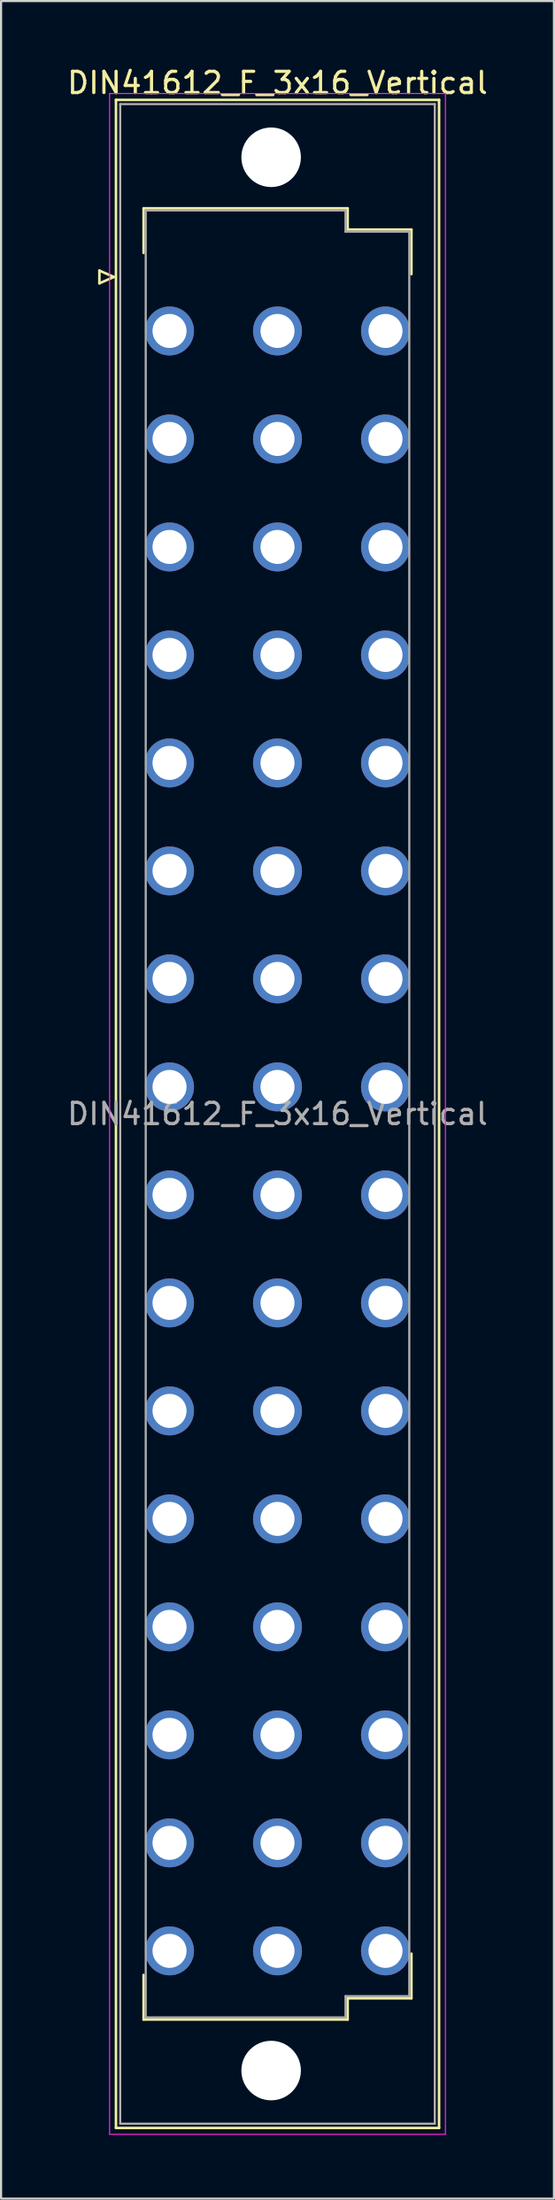
<source format=kicad_pcb>
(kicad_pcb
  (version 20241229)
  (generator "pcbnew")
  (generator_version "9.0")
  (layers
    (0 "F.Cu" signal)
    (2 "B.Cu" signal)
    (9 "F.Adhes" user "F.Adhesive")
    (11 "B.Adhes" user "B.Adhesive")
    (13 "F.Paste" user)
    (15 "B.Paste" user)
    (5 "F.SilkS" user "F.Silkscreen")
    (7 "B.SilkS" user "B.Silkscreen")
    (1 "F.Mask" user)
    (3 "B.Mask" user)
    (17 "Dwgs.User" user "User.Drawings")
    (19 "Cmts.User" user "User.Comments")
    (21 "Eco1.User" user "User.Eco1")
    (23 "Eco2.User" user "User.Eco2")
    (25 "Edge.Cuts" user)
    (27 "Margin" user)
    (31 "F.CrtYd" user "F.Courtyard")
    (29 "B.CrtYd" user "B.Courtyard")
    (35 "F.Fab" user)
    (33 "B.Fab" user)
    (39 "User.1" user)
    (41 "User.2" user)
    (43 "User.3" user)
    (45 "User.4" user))
  (footprint "DIN41612_F_3x16_Vertical"
    (layer "F.Cu")
    (at 7.466 9.978)
    (property "Reference" "DIN41612_F_3x16_Vertical" (at 2.54 -9.13 0) (layer "F.SilkS") (effects (font (size 1 1) (thickness 0.15))))
    (attr through_hole)
    (fp_line (start -5.84 -0.3) (end -5.84 0.3) (stroke (width 0.12) (type solid)) (layer "F.SilkS"))
    (fp_line (start -5.84 0.3) (end -5.16 0) (stroke (width 0.12) (type solid)) (layer "F.SilkS"))
    (fp_line (start -5.16 0) (end -5.84 -0.3) (stroke (width 0.12) (type solid)) (layer "F.SilkS"))
    (fp_line (start -5.06 -8.33) (end 10.14 -8.33) (stroke (width 0.12) (type solid)) (layer "F.SilkS"))
    (fp_line (start -5.06 87.07) (end -5.06 -8.33) (stroke (width 0.12) (type solid)) (layer "F.SilkS"))
    (fp_line (start -3.76 -3.23) (end 5.84 -3.23) (stroke (width 0.12) (type solid)) (layer "F.SilkS"))
    (fp_line (start -3.76 -1.13) (end -3.76 -3.23) (stroke (width 0.12) (type solid)) (layer "F.SilkS"))
    (fp_line (start -3.76 79.87) (end -3.76 81.97) (stroke (width 0.12) (type solid)) (layer "F.SilkS"))
    (fp_line (start -3.76 81.97) (end 5.84 81.97) (stroke (width 0.12) (type solid)) (layer "F.SilkS"))
    (fp_line (start 5.84 -3.23) (end 5.84 -2.23) (stroke (width 0.12) (type solid)) (layer "F.SilkS"))
    (fp_line (start 5.84 -2.23) (end 8.84 -2.23) (stroke (width 0.12) (type solid)) (layer "F.SilkS"))
    (fp_line (start 5.84 80.97) (end 8.84 80.97) (stroke (width 0.12) (type solid)) (layer "F.SilkS"))
    (fp_line (start 5.84 81.97) (end 5.84 80.97) (stroke (width 0.12) (type solid)) (layer "F.SilkS"))
    (fp_line (start 8.84 -2.23) (end 8.84 -0.13) (stroke (width 0.12) (type solid)) (layer "F.SilkS"))
    (fp_line (start 8.84 80.97) (end 8.84 78.87) (stroke (width 0.12) (type solid)) (layer "F.SilkS"))
    (fp_line (start 10.14 -8.33) (end 10.14 87.07) (stroke (width 0.12) (type solid)) (layer "F.SilkS"))
    (fp_line (start 10.14 87.07) (end -5.06 87.07) (stroke (width 0.12) (type solid)) (layer "F.SilkS"))
    (fp_line (start -5.36 -8.63) (end 10.44 -8.63) (stroke (width 0.05) (type solid)) (layer "F.CrtYd"))
    (fp_line (start -5.36 87.37) (end -5.36 -8.63) (stroke (width 0.05) (type solid)) (layer "F.CrtYd"))
    (fp_line (start 10.44 -8.63) (end 10.44 87.37) (stroke (width 0.05) (type solid)) (layer "F.CrtYd"))
    (fp_line (start 10.44 87.37) (end -5.36 87.37) (stroke (width 0.05) (type solid)) (layer "F.CrtYd"))
    (fp_line (start -4.86 -8.13) (end 9.94 -8.13) (stroke (width 0.1) (type solid)) (layer "F.Fab"))
    (fp_line (start -4.86 86.87) (end -4.86 -8.13) (stroke (width 0.1) (type solid)) (layer "F.Fab"))
    (fp_line (start -3.66 -3.13) (end 5.74 -3.13) (stroke (width 0.1) (type solid)) (layer "F.Fab"))
    (fp_line (start -3.66 81.87) (end -3.66 -3.13) (stroke (width 0.1) (type solid)) (layer "F.Fab"))
    (fp_line (start 5.74 -3.13) (end 5.74 -2.13) (stroke (width 0.1) (type solid)) (layer "F.Fab"))
    (fp_line (start 5.74 -2.13) (end 8.74 -2.13) (stroke (width 0.1) (type solid)) (layer "F.Fab"))
    (fp_line (start 5.74 80.87) (end 5.74 81.87) (stroke (width 0.1) (type solid)) (layer "F.Fab"))
    (fp_line (start 5.74 81.87) (end -3.66 81.87) (stroke (width 0.1) (type solid)) (layer "F.Fab"))
    (fp_line (start 8.74 -2.13) (end 8.74 80.87) (stroke (width 0.1) (type solid)) (layer "F.Fab"))
    (fp_line (start 8.74 80.87) (end 5.74 80.87) (stroke (width 0.1) (type solid)) (layer "F.Fab"))
    (fp_line (start 9.94 -8.13) (end 9.94 86.87) (stroke (width 0.1) (type solid)) (layer "F.Fab"))
    (fp_line (start 9.94 86.87) (end -4.86 86.87) (stroke (width 0.1) (type solid)) (layer "F.Fab"))
    (fp_text user "${REFERENCE}" (at 2.54 39.37 0) (layer "F.Fab") (effects (font (size 1 1) (thickness 0.15))))
    (pad "" np_thru_hole circle (at 2.24 -5.63) (size 2.8 2.8) (drill 2.8) (layers "*.Cu" "*.Mask"))
    (pad "" np_thru_hole circle (at 2.24 84.37) (size 2.8 2.8) (drill 2.8) (layers "*.Cu" "*.Mask"))
    (pad "b2" thru_hole circle (at 2.54 2.54) (size 2.3 2.3) (drill 1.6) (layers "*.Cu" "*.Mask"))
    (pad "b4" thru_hole circle (at 2.54 7.62) (size 2.3 2.3) (drill 1.6) (layers "*.Cu" "*.Mask"))
    (pad "b6" thru_hole circle (at 2.54 12.7) (size 2.3 2.3) (drill 1.6) (layers "*.Cu" "*.Mask"))
    (pad "b8" thru_hole circle (at 2.54 17.78) (size 2.3 2.3) (drill 1.6) (layers "*.Cu" "*.Mask"))
    (pad "b10" thru_hole circle (at 2.54 22.86) (size 2.3 2.3) (drill 1.6) (layers "*.Cu" "*.Mask"))
    (pad "b12" thru_hole circle (at 2.54 27.94) (size 2.3 2.3) (drill 1.6) (layers "*.Cu" "*.Mask"))
    (pad "b14" thru_hole circle (at 2.54 33.02) (size 2.3 2.3) (drill 1.6) (layers "*.Cu" "*.Mask"))
    (pad "b16" thru_hole circle (at 2.54 38.1) (size 2.3 2.3) (drill 1.6) (layers "*.Cu" "*.Mask"))
    (pad "b18" thru_hole circle (at 2.54 43.18) (size 2.3 2.3) (drill 1.6) (layers "*.Cu" "*.Mask"))
    (pad "b20" thru_hole circle (at 2.54 48.26) (size 2.3 2.3) (drill 1.6) (layers "*.Cu" "*.Mask"))
    (pad "b22" thru_hole circle (at 2.54 53.34) (size 2.3 2.3) (drill 1.6) (layers "*.Cu" "*.Mask"))
    (pad "b24" thru_hole circle (at 2.54 58.42) (size 2.3 2.3) (drill 1.6) (layers "*.Cu" "*.Mask"))
    (pad "b26" thru_hole circle (at 2.54 63.5) (size 2.3 2.3) (drill 1.6) (layers "*.Cu" "*.Mask"))
    (pad "b28" thru_hole circle (at 2.54 68.58) (size 2.3 2.3) (drill 1.6) (layers "*.Cu" "*.Mask"))
    (pad "b30" thru_hole circle (at 2.54 73.66) (size 2.3 2.3) (drill 1.6) (layers "*.Cu" "*.Mask"))
    (pad "b32" thru_hole circle (at 2.54 78.74) (size 2.3 2.3) (drill 1.6) (layers "*.Cu" "*.Mask"))
    (pad "d2" thru_hole circle (at 7.62 2.54) (size 2.3 2.3) (drill 1.6) (layers "*.Cu" "*.Mask"))
    (pad "d4" thru_hole circle (at 7.62 7.62) (size 2.3 2.3) (drill 1.6) (layers "*.Cu" "*.Mask"))
    (pad "d6" thru_hole circle (at 7.62 12.7) (size 2.3 2.3) (drill 1.6) (layers "*.Cu" "*.Mask"))
    (pad "d8" thru_hole circle (at 7.62 17.78) (size 2.3 2.3) (drill 1.6) (layers "*.Cu" "*.Mask"))
    (pad "d10" thru_hole circle (at 7.62 22.86) (size 2.3 2.3) (drill 1.6) (layers "*.Cu" "*.Mask"))
    (pad "d12" thru_hole circle (at 7.62 27.94) (size 2.3 2.3) (drill 1.6) (layers "*.Cu" "*.Mask"))
    (pad "d14" thru_hole circle (at 7.62 33.02) (size 2.3 2.3) (drill 1.6) (layers "*.Cu" "*.Mask"))
    (pad "d16" thru_hole circle (at 7.62 38.1) (size 2.3 2.3) (drill 1.6) (layers "*.Cu" "*.Mask"))
    (pad "d18" thru_hole circle (at 7.62 43.18) (size 2.3 2.3) (drill 1.6) (layers "*.Cu" "*.Mask"))
    (pad "d20" thru_hole circle (at 7.62 48.26) (size 2.3 2.3) (drill 1.6) (layers "*.Cu" "*.Mask"))
    (pad "d22" thru_hole circle (at 7.62 53.34) (size 2.3 2.3) (drill 1.6) (layers "*.Cu" "*.Mask"))
    (pad "d24" thru_hole circle (at 7.62 58.42) (size 2.3 2.3) (drill 1.6) (layers "*.Cu" "*.Mask"))
    (pad "d26" thru_hole circle (at 7.62 63.5) (size 2.3 2.3) (drill 1.6) (layers "*.Cu" "*.Mask"))
    (pad "d28" thru_hole circle (at 7.62 68.58) (size 2.3 2.3) (drill 1.6) (layers "*.Cu" "*.Mask"))
    (pad "d30" thru_hole circle (at 7.62 73.66) (size 2.3 2.3) (drill 1.6) (layers "*.Cu" "*.Mask"))
    (pad "d32" thru_hole circle (at 7.62 78.74) (size 2.3 2.3) (drill 1.6) (layers "*.Cu" "*.Mask"))
    (pad "z2" thru_hole circle (at -2.54 2.54) (size 2.3 2.3) (drill 1.6) (layers "*.Cu" "*.Mask"))
    (pad "z4" thru_hole circle (at -2.54 7.62) (size 2.3 2.3) (drill 1.6) (layers "*.Cu" "*.Mask"))
    (pad "z6" thru_hole circle (at -2.54 12.7) (size 2.3 2.3) (drill 1.6) (layers "*.Cu" "*.Mask"))
    (pad "z8" thru_hole circle (at -2.54 17.78) (size 2.3 2.3) (drill 1.6) (layers "*.Cu" "*.Mask"))
    (pad "z10" thru_hole circle (at -2.54 22.86) (size 2.3 2.3) (drill 1.6) (layers "*.Cu" "*.Mask"))
    (pad "z12" thru_hole circle (at -2.54 27.94) (size 2.3 2.3) (drill 1.6) (layers "*.Cu" "*.Mask"))
    (pad "z14" thru_hole circle (at -2.54 33.02) (size 2.3 2.3) (drill 1.6) (layers "*.Cu" "*.Mask"))
    (pad "z16" thru_hole circle (at -2.54 38.1) (size 2.3 2.3) (drill 1.6) (layers "*.Cu" "*.Mask"))
    (pad "z18" thru_hole circle (at -2.54 43.18) (size 2.3 2.3) (drill 1.6) (layers "*.Cu" "*.Mask"))
    (pad "z20" thru_hole circle (at -2.54 48.26) (size 2.3 2.3) (drill 1.6) (layers "*.Cu" "*.Mask"))
    (pad "z22" thru_hole circle (at -2.54 53.34) (size 2.3 2.3) (drill 1.6) (layers "*.Cu" "*.Mask"))
    (pad "z24" thru_hole circle (at -2.54 58.42) (size 2.3 2.3) (drill 1.6) (layers "*.Cu" "*.Mask"))
    (pad "z26" thru_hole circle (at -2.54 63.5) (size 2.3 2.3) (drill 1.6) (layers "*.Cu" "*.Mask"))
    (pad "z28" thru_hole circle (at -2.54 68.58) (size 2.3 2.3) (drill 1.6) (layers "*.Cu" "*.Mask"))
    (pad "z30" thru_hole circle (at -2.54 73.66) (size 2.3 2.3) (drill 1.6) (layers "*.Cu" "*.Mask"))
    (pad "z32" thru_hole circle (at -2.54 78.74) (size 2.3 2.3) (drill 1.6) (layers "*.Cu" "*.Mask")))
  (gr_rect
    (start -3 -3)
    (end 23.012 100.373)
    (stroke (width 0.1) (type default))
    (fill no)
    (layer "Edge.Cuts")))
</source>
